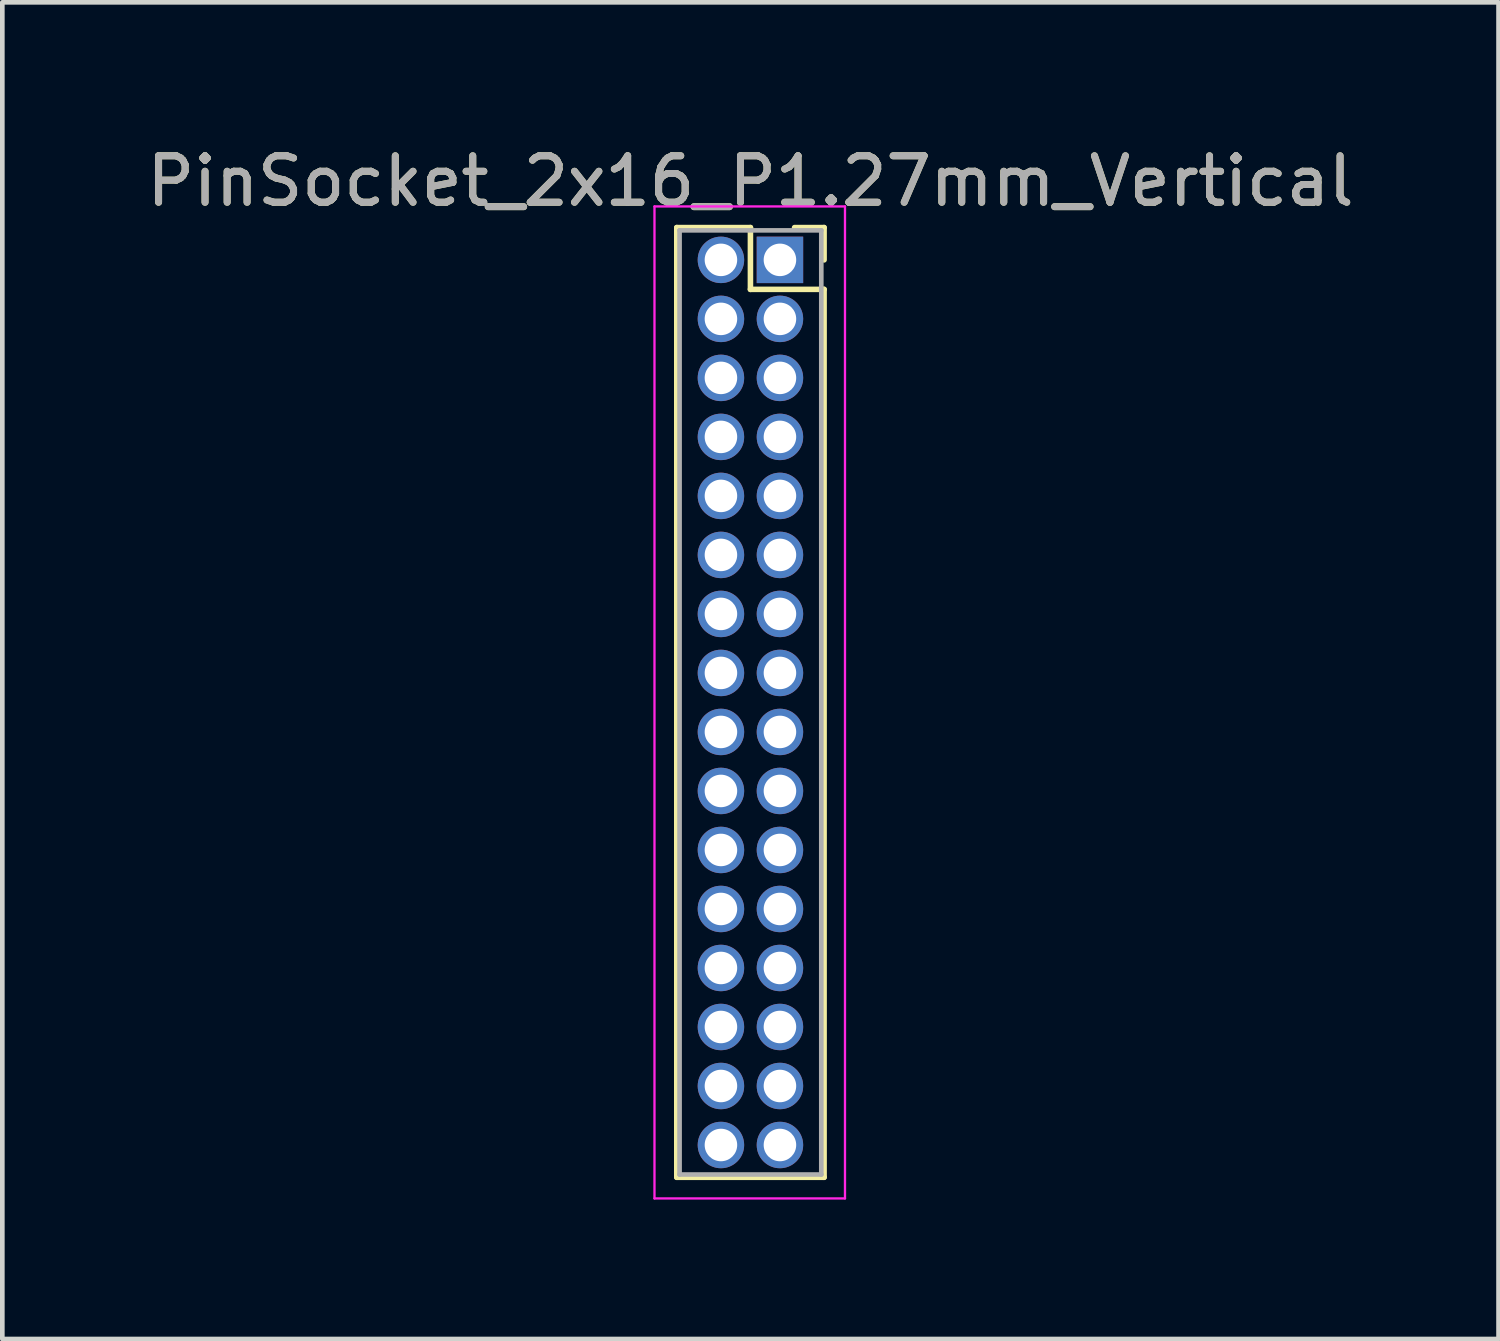
<source format=kicad_pcb>
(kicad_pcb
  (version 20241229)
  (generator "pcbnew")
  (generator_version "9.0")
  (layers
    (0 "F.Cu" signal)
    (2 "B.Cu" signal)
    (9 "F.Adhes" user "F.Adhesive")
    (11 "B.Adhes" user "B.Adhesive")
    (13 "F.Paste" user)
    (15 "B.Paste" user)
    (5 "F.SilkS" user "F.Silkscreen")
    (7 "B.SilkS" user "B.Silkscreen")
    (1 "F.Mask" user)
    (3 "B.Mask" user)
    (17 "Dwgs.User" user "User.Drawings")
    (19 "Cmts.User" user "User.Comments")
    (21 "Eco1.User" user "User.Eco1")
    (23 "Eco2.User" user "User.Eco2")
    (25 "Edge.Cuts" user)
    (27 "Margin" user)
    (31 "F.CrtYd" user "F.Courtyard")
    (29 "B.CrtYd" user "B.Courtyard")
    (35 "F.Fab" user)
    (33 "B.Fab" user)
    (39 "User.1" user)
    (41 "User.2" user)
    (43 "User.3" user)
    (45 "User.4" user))
  (footprint "PinSocket_2x16_P1.27mm_Vertical"
    (layer "F.Cu")
    (at 13.736 2.543)
    (property "Reference" "PinSocket_2x16_P1.27mm_Vertical" (at -0.635 -1.695 0) (layer "F.SilkS") (effects (font (size 1 1) (thickness 0.15))))
    (attr through_hole)
    (fp_line (start -2.22 -0.695) (end -0.635 -0.695) (stroke (width 0.12) (type solid)) (layer "F.SilkS"))
    (fp_line (start -2.22 19.745) (end -2.22 -0.695) (stroke (width 0.12) (type solid)) (layer "F.SilkS"))
    (fp_line (start -0.635 -0.695) (end -0.635 0.635) (stroke (width 0.12) (type solid)) (layer "F.SilkS"))
    (fp_line (start -0.635 0.635) (end 0.95 0.635) (stroke (width 0.12) (type solid)) (layer "F.SilkS"))
    (fp_line (start 0.95 -0.695) (end 0.315 -0.695) (stroke (width 0.12) (type solid)) (layer "F.SilkS"))
    (fp_line (start 0.95 0) (end 0.95 -0.695) (stroke (width 0.12) (type solid)) (layer "F.SilkS"))
    (fp_line (start 0.95 0.635) (end 0.95 19.745) (stroke (width 0.12) (type solid)) (layer "F.SilkS"))
    (fp_line (start 0.95 19.745) (end -2.22 19.745) (stroke (width 0.12) (type solid)) (layer "F.SilkS"))
    (fp_line (start -2.7 -1.15) (end -2.7 20.2) (stroke (width 0.05) (type solid)) (layer "F.CrtYd"))
    (fp_line (start -2.7 20.2) (end 1.4 20.2) (stroke (width 0.05) (type solid)) (layer "F.CrtYd"))
    (fp_line (start 1.4 -1.15) (end -2.7 -1.15) (stroke (width 0.05) (type solid)) (layer "F.CrtYd"))
    (fp_line (start 1.4 20.2) (end 1.4 -1.15) (stroke (width 0.05) (type solid)) (layer "F.CrtYd"))
    (fp_line (start -2.16 -0.635) (end -2.16 19.685) (stroke (width 0.1) (type solid)) (layer "F.Fab"))
    (fp_line (start -2.16 19.685) (end 0.89 19.685) (stroke (width 0.1) (type solid)) (layer "F.Fab"))
    (fp_line (start 0.89 -0.635) (end -2.16 -0.635) (stroke (width 0.1) (type solid)) (layer "F.Fab"))
    (fp_line (start 0.89 19.685) (end 0.89 -0.635) (stroke (width 0.1) (type solid)) (layer "F.Fab"))
    (fp_text user "${REFERENCE}" (at -0.635 -1.695 0) (layer "F.Fab") (effects (font (size 1 1) (thickness 0.15))))
    (pad "1" thru_hole rect (at 0 0) (size 1 1) (drill 0.7) (layers "*.Cu" "*.Mask"))
    (pad "2" thru_hole oval (at -1.27 0) (size 1 1) (drill 0.7) (layers "*.Cu" "*.Mask"))
    (pad "3" thru_hole oval (at 0 1.27) (size 1 1) (drill 0.7) (layers "*.Cu" "*.Mask"))
    (pad "4" thru_hole oval (at -1.27 1.27) (size 1 1) (drill 0.7) (layers "*.Cu" "*.Mask"))
    (pad "5" thru_hole oval (at 0 2.54) (size 1 1) (drill 0.7) (layers "*.Cu" "*.Mask"))
    (pad "6" thru_hole oval (at -1.27 2.54) (size 1 1) (drill 0.7) (layers "*.Cu" "*.Mask"))
    (pad "7" thru_hole oval (at 0 3.81) (size 1 1) (drill 0.7) (layers "*.Cu" "*.Mask"))
    (pad "8" thru_hole oval (at -1.27 3.81) (size 1 1) (drill 0.7) (layers "*.Cu" "*.Mask"))
    (pad "9" thru_hole oval (at 0 5.08) (size 1 1) (drill 0.7) (layers "*.Cu" "*.Mask"))
    (pad "10" thru_hole oval (at -1.27 5.08) (size 1 1) (drill 0.7) (layers "*.Cu" "*.Mask"))
    (pad "11" thru_hole oval (at 0 6.35) (size 1 1) (drill 0.7) (layers "*.Cu" "*.Mask"))
    (pad "12" thru_hole oval (at -1.27 6.35) (size 1 1) (drill 0.7) (layers "*.Cu" "*.Mask"))
    (pad "13" thru_hole oval (at 0 7.62) (size 1 1) (drill 0.7) (layers "*.Cu" "*.Mask"))
    (pad "14" thru_hole oval (at -1.27 7.62) (size 1 1) (drill 0.7) (layers "*.Cu" "*.Mask"))
    (pad "15" thru_hole oval (at 0 8.89) (size 1 1) (drill 0.7) (layers "*.Cu" "*.Mask"))
    (pad "16" thru_hole oval (at -1.27 8.89) (size 1 1) (drill 0.7) (layers "*.Cu" "*.Mask"))
    (pad "17" thru_hole oval (at 0 10.16) (size 1 1) (drill 0.7) (layers "*.Cu" "*.Mask"))
    (pad "18" thru_hole oval (at -1.27 10.16) (size 1 1) (drill 0.7) (layers "*.Cu" "*.Mask"))
    (pad "19" thru_hole oval (at 0 11.43) (size 1 1) (drill 0.7) (layers "*.Cu" "*.Mask"))
    (pad "20" thru_hole oval (at -1.27 11.43) (size 1 1) (drill 0.7) (layers "*.Cu" "*.Mask"))
    (pad "21" thru_hole oval (at 0 12.7) (size 1 1) (drill 0.7) (layers "*.Cu" "*.Mask"))
    (pad "22" thru_hole oval (at -1.27 12.7) (size 1 1) (drill 0.7) (layers "*.Cu" "*.Mask"))
    (pad "23" thru_hole oval (at 0 13.97) (size 1 1) (drill 0.7) (layers "*.Cu" "*.Mask"))
    (pad "24" thru_hole oval (at -1.27 13.97) (size 1 1) (drill 0.7) (layers "*.Cu" "*.Mask"))
    (pad "25" thru_hole oval (at 0 15.24) (size 1 1) (drill 0.7) (layers "*.Cu" "*.Mask"))
    (pad "26" thru_hole oval (at -1.27 15.24) (size 1 1) (drill 0.7) (layers "*.Cu" "*.Mask"))
    (pad "27" thru_hole oval (at 0 16.51) (size 1 1) (drill 0.7) (layers "*.Cu" "*.Mask"))
    (pad "28" thru_hole oval (at -1.27 16.51) (size 1 1) (drill 0.7) (layers "*.Cu" "*.Mask"))
    (pad "29" thru_hole oval (at 0 17.78) (size 1 1) (drill 0.7) (layers "*.Cu" "*.Mask"))
    (pad "30" thru_hole oval (at -1.27 17.78) (size 1 1) (drill 0.7) (layers "*.Cu" "*.Mask"))
    (pad "31" thru_hole oval (at 0 19.05) (size 1 1) (drill 0.7) (layers "*.Cu" "*.Mask"))
    (pad "32" thru_hole oval (at -1.27 19.05) (size 1 1) (drill 0.7) (layers "*.Cu" "*.Mask")))
  (gr_rect
    (start -3 -3)
    (end 29.202 25.768)
    (stroke (width 0.1) (type default))
    (fill no)
    (layer "Edge.Cuts")))
</source>
